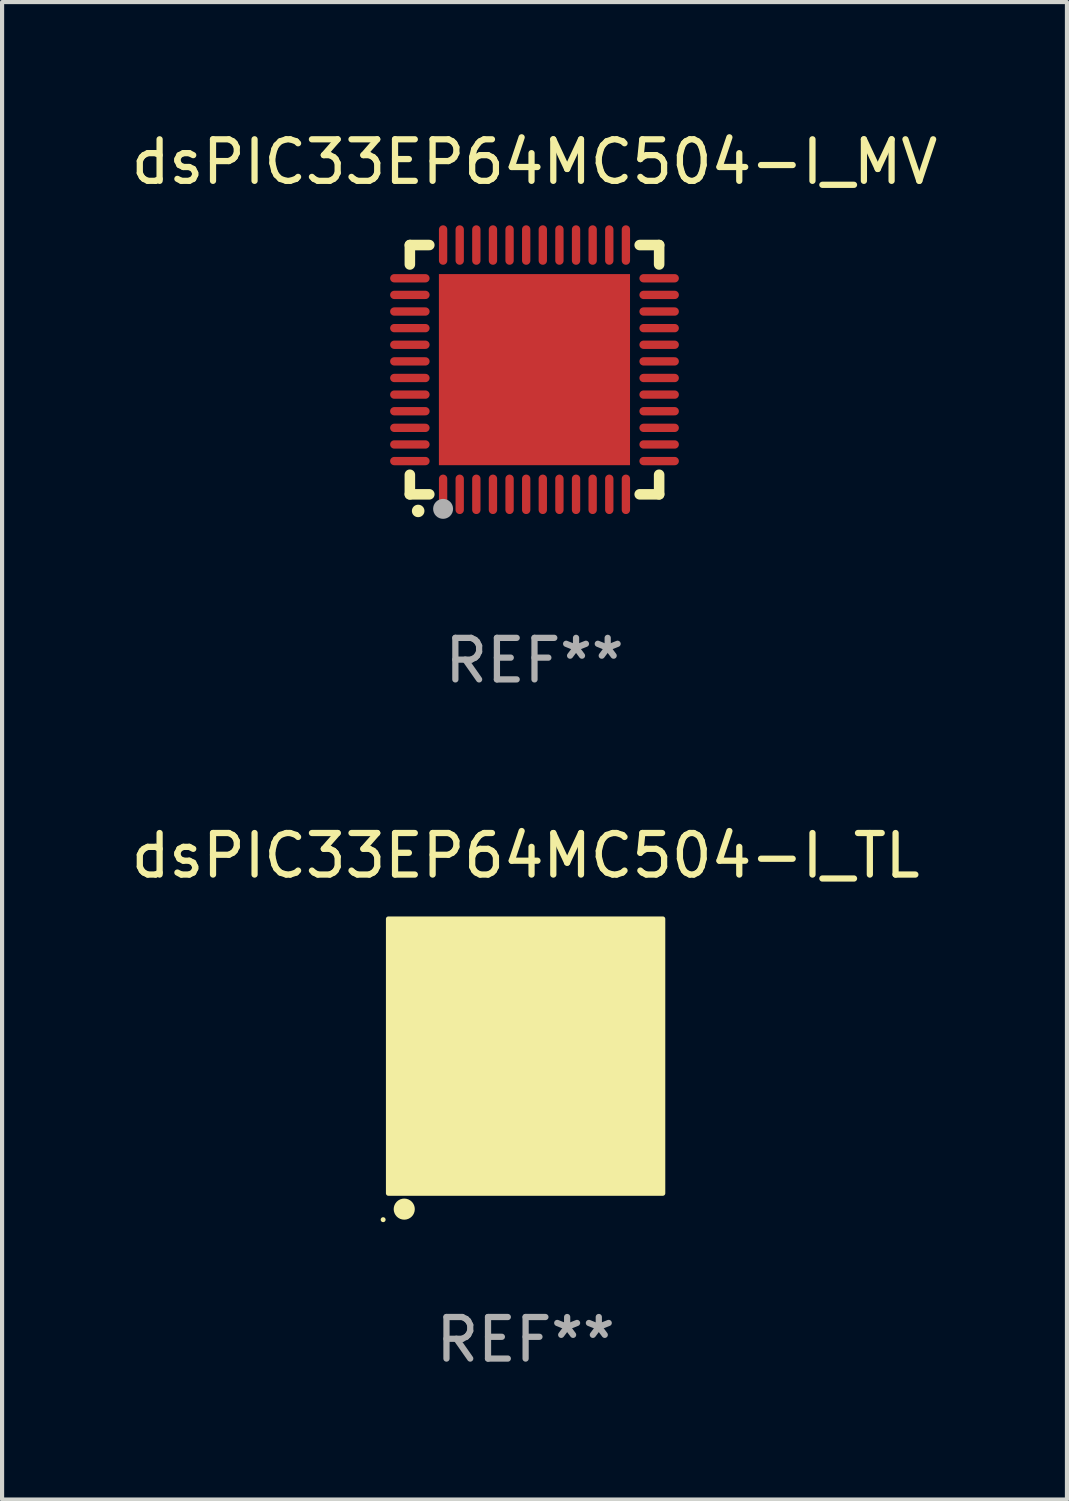
<source format=kicad_pcb>
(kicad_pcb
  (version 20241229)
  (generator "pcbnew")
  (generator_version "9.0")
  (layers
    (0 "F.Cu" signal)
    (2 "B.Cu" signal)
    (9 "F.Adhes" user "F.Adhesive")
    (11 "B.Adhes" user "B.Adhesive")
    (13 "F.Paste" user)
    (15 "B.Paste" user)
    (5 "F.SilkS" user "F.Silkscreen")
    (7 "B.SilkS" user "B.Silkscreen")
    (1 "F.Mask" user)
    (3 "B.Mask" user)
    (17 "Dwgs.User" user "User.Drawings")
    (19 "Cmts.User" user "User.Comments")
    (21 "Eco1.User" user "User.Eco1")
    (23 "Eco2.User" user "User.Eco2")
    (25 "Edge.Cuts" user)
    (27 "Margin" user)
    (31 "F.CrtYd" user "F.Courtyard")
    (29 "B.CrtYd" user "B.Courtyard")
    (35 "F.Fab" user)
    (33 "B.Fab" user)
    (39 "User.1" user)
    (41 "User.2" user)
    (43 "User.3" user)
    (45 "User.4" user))
  (footprint "dsPIC33EP64MC504-I_TL"
    (layer "F.Cu")
    (at 9.601 22.37)
    (property "Reference" "dsPIC33EP64MC504-I_TL" (at 0 -4.825 0) (layer "F.SilkS") (effects (font (size 1 1) (thickness 0.15))))
    (attr through_hole)
    (fp_circle (center -3.429 3.937) (end -3.399 3.937) (stroke (width 0.06) (type solid)) (fill no) (layer "F.SilkS"))
    (fp_circle (center -2.921 3.683) (end -2.794 3.683) (stroke (width 0.254) (type solid)) (fill no) (layer "F.SilkS"))
    (fp_poly (pts (xy -3.302 -3.302) (xy 3.302 -3.302) (xy 3.302 3.302) (xy -3.302 3.302)) (stroke (width 0.12) (type solid)) (fill yes) (layer "F.SilkS"))
    (fp_text user "REF**" (at 0 6.825 0) (layer "F.Fab") (effects (font (size 1 1) (thickness 0.15))))
    (pad "1" smd rect (at -2.25 2.825) (size 0.3 0.45) (layers "F.Cu" "F.Mask" "F.Paste"))
    (pad "2" smd rect (at -1.75 2.825) (size 0.3 0.45) (layers "F.Cu" "F.Mask" "F.Paste"))
    (pad "3" smd rect (at -1.25 2.825) (size 0.3 0.45) (layers "F.Cu" "F.Mask" "F.Paste"))
    (pad "4" smd rect (at -0.75 2.825) (size 0.3 0.45) (layers "F.Cu" "F.Mask" "F.Paste"))
    (pad "5" smd rect (at -0.25 2.825) (size 0.3 0.45) (layers "F.Cu" "F.Mask" "F.Paste"))
    (pad "6" smd rect (at 0.25 2.825) (size 0.3 0.45) (layers "F.Cu" "F.Mask" "F.Paste"))
    (pad "7" smd rect (at 0.75 2.825) (size 0.3 0.45) (layers "F.Cu" "F.Mask" "F.Paste"))
    (pad "8" smd rect (at 1.25 2.825) (size 0.3 0.45) (layers "F.Cu" "F.Mask" "F.Paste"))
    (pad "9" smd rect (at 1.75 2.825) (size 0.3 0.45) (layers "F.Cu" "F.Mask" "F.Paste"))
    (pad "10" smd rect (at 2.25 2.825) (size 0.3 0.45) (layers "F.Cu" "F.Mask" "F.Paste"))
    (pad "11" smd rect (at 2.825 2.825 90) (size 0.45 0.45) (layers "F.Cu" "F.Mask" "F.Paste"))
    (pad "12" smd rect (at 2.825 2.25 90) (size 0.3 0.45) (layers "F.Cu" "F.Mask" "F.Paste"))
    (pad "13" smd rect (at 2.825 1.75 90) (size 0.3 0.45) (layers "F.Cu" "F.Mask" "F.Paste"))
    (pad "14" smd rect (at 2.825 1.25 90) (size 0.3 0.45) (layers "F.Cu" "F.Mask" "F.Paste"))
    (pad "15" smd rect (at 2.825 0.75 90) (size 0.3 0.45) (layers "F.Cu" "F.Mask" "F.Paste"))
    (pad "16" smd rect (at 2.825 0.25 90) (size 0.3 0.45) (layers "F.Cu" "F.Mask" "F.Paste"))
    (pad "17" smd rect (at 2.825 -0.25 90) (size 0.3 0.45) (layers "F.Cu" "F.Mask" "F.Paste"))
    (pad "18" smd rect (at 2.825 -0.75 90) (size 0.3 0.45) (layers "F.Cu" "F.Mask" "F.Paste"))
    (pad "19" smd rect (at 2.825 -1.25 90) (size 0.3 0.45) (layers "F.Cu" "F.Mask" "F.Paste"))
    (pad "20" smd rect (at 2.825 -1.75 90) (size 0.3 0.45) (layers "F.Cu" "F.Mask" "F.Paste"))
    (pad "21" smd rect (at 2.825 -2.25 90) (size 0.3 0.45) (layers "F.Cu" "F.Mask" "F.Paste"))
    (pad "22" smd rect (at 2.825 -2.825 90) (size 0.45 0.45) (layers "F.Cu" "F.Mask" "F.Paste"))
    (pad "23" smd rect (at 2.25 -2.825) (size 0.3 0.45) (layers "F.Cu" "F.Mask" "F.Paste"))
    (pad "24" smd rect (at 1.75 -2.825) (size 0.3 0.45) (layers "F.Cu" "F.Mask" "F.Paste"))
    (pad "25" smd rect (at 1.25 -2.825) (size 0.3 0.45) (layers "F.Cu" "F.Mask" "F.Paste"))
    (pad "26" smd rect (at 0.75 -2.825) (size 0.3 0.45) (layers "F.Cu" "F.Mask" "F.Paste"))
    (pad "27" smd rect (at 0.25 -2.825) (size 0.3 0.45) (layers "F.Cu" "F.Mask" "F.Paste"))
    (pad "28" smd rect (at -0.25 -2.825) (size 0.3 0.45) (layers "F.Cu" "F.Mask" "F.Paste"))
    (pad "29" smd rect (at -0.75 -2.825) (size 0.3 0.45) (layers "F.Cu" "F.Mask" "F.Paste"))
    (pad "30" smd rect (at -1.25 -2.825) (size 0.3 0.45) (layers "F.Cu" "F.Mask" "F.Paste"))
    (pad "31" smd rect (at -1.75 -2.825) (size 0.3 0.45) (layers "F.Cu" "F.Mask" "F.Paste"))
    (pad "32" smd rect (at -2.25 -2.825) (size 0.3 0.45) (layers "F.Cu" "F.Mask" "F.Paste"))
    (pad "33" smd rect (at -2.825 -2.825 90) (size 0.45 0.45) (layers "F.Cu" "F.Mask" "F.Paste"))
    (pad "34" smd rect (at -2.825 -2.25 90) (size 0.3 0.45) (layers "F.Cu" "F.Mask" "F.Paste"))
    (pad "35" smd rect (at -2.825 -1.75 90) (size 0.3 0.45) (layers "F.Cu" "F.Mask" "F.Paste"))
    (pad "36" smd rect (at -2.825 -1.25 90) (size 0.3 0.45) (layers "F.Cu" "F.Mask" "F.Paste"))
    (pad "37" smd rect (at -2.825 -0.75 90) (size 0.3 0.45) (layers "F.Cu" "F.Mask" "F.Paste"))
    (pad "38" smd rect (at -2.825 -0.25 90) (size 0.3 0.45) (layers "F.Cu" "F.Mask" "F.Paste"))
    (pad "39" smd rect (at -2.825 0.25 90) (size 0.3 0.45) (layers "F.Cu" "F.Mask" "F.Paste"))
    (pad "40" smd rect (at -2.825 0.75 90) (size 0.3 0.45) (layers "F.Cu" "F.Mask" "F.Paste"))
    (pad "41" smd rect (at -2.825 1.25 90) (size 0.3 0.45) (layers "F.Cu" "F.Mask" "F.Paste"))
    (pad "42" smd rect (at -2.825 1.75 90) (size 0.3 0.45) (layers "F.Cu" "F.Mask" "F.Paste"))
    (pad "43" smd rect (at -2.825 2.25 90) (size 0.3 0.45) (layers "F.Cu" "F.Mask" "F.Paste"))
    (pad "44" smd rect (at -2.825 2.825 90) (size 0.45 0.45) (layers "F.Cu" "F.Mask" "F.Paste"))
    (pad "45" smd rect (at 0 0 90) (size 4.6 4.6) (layers "F.Cu" "F.Mask" "F.Paste")))
  (footprint "dsPIC33EP64MC504-I_MV"
    (layer "F.Cu")
    (at 9.815 5.848)
    (property "Reference" "dsPIC33EP64MC504-I_MV" (at 0 -5 0) (layer "F.SilkS") (effects (font (size 1 1) (thickness 0.15))))
    (attr through_hole)
    (fp_line (start -3 -3) (end -2.532 -3) (stroke (width 0.254) (type solid)) (layer "F.SilkS"))
    (fp_line (start -3 -2.532) (end -3 -3) (stroke (width 0.254) (type solid)) (layer "F.SilkS"))
    (fp_line (start -3 3) (end -3 2.529) (stroke (width 0.254) (type solid)) (layer "F.SilkS"))
    (fp_line (start -2.532 3) (end -3 3) (stroke (width 0.254) (type solid)) (layer "F.SilkS"))
    (fp_line (start 2.532 -3) (end 3 -3) (stroke (width 0.254) (type solid)) (layer "F.SilkS"))
    (fp_line (start 3 -3) (end 3 -2.532) (stroke (width 0.254) (type solid)) (layer "F.SilkS"))
    (fp_line (start 3 2.529) (end 3 3) (stroke (width 0.254) (type solid)) (layer "F.SilkS"))
    (fp_line (start 3 3) (end 2.532 3) (stroke (width 0.254) (type solid)) (layer "F.SilkS"))
    (fp_arc (start -2.801295 3.400025) (mid -2.800025 3.40002) (end -2.798755 3.400025) (stroke (width 0.3) (type solid)) (layer "F.SilkS"))
    (fp_circle (center -3 3) (end -2.97 3) (stroke (width 0.06) (type solid)) (fill no) (layer "F.SilkS"))
    (fp_circle (center -2.2 3.35) (end -2.08 3.35) (stroke (width 0.24) (type solid)) (fill no) (layer "F.Fab"))
    (fp_text user "REF**" (at 0 7 0) (layer "F.Fab") (effects (font (size 1 1) (thickness 0.15))))
    (pad "1" smd oval (at -2.2 3) (size 0.2 0.95) (layers "F.Cu" "F.Mask" "F.Paste"))
    (pad "2" smd oval (at -1.8 3) (size 0.2 0.95) (layers "F.Cu" "F.Mask" "F.Paste"))
    (pad "3" smd oval (at -1.4 3) (size 0.2 0.95) (layers "F.Cu" "F.Mask" "F.Paste"))
    (pad "4" smd oval (at -1 3) (size 0.2 0.95) (layers "F.Cu" "F.Mask" "F.Paste"))
    (pad "5" smd oval (at -0.6 3) (size 0.2 0.95) (layers "F.Cu" "F.Mask" "F.Paste"))
    (pad "6" smd oval (at -0.2 3) (size 0.2 0.95) (layers "F.Cu" "F.Mask" "F.Paste"))
    (pad "7" smd oval (at 0.2 3) (size 0.2 0.95) (layers "F.Cu" "F.Mask" "F.Paste"))
    (pad "8" smd oval (at 0.6 3) (size 0.2 0.95) (layers "F.Cu" "F.Mask" "F.Paste"))
    (pad "9" smd oval (at 1 3) (size 0.2 0.95) (layers "F.Cu" "F.Mask" "F.Paste"))
    (pad "10" smd oval (at 1.4 3) (size 0.2 0.95) (layers "F.Cu" "F.Mask" "F.Paste"))
    (pad "11" smd oval (at 1.8 3) (size 0.2 0.95) (layers "F.Cu" "F.Mask" "F.Paste"))
    (pad "12" smd oval (at 2.2 3) (size 0.2 0.95) (layers "F.Cu" "F.Mask" "F.Paste"))
    (pad "13" smd oval (at 3 2.2 90) (size 0.2 0.95) (layers "F.Cu" "F.Mask" "F.Paste"))
    (pad "14" smd oval (at 3 1.8 90) (size 0.2 0.95) (layers "F.Cu" "F.Mask" "F.Paste"))
    (pad "15" smd oval (at 3 1.4 90) (size 0.2 0.95) (layers "F.Cu" "F.Mask" "F.Paste"))
    (pad "16" smd oval (at 3 1 90) (size 0.2 0.95) (layers "F.Cu" "F.Mask" "F.Paste"))
    (pad "17" smd oval (at 3 0.6 90) (size 0.2 0.95) (layers "F.Cu" "F.Mask" "F.Paste"))
    (pad "18" smd oval (at 3 0.2 90) (size 0.2 0.95) (layers "F.Cu" "F.Mask" "F.Paste"))
    (pad "19" smd oval (at 3 -0.2 90) (size 0.2 0.95) (layers "F.Cu" "F.Mask" "F.Paste"))
    (pad "20" smd oval (at 3 -0.6 90) (size 0.2 0.95) (layers "F.Cu" "F.Mask" "F.Paste"))
    (pad "21" smd oval (at 3 -1 90) (size 0.2 0.95) (layers "F.Cu" "F.Mask" "F.Paste"))
    (pad "22" smd oval (at 3 -1.4 90) (size 0.2 0.95) (layers "F.Cu" "F.Mask" "F.Paste"))
    (pad "23" smd oval (at 3 -1.8 90) (size 0.2 0.95) (layers "F.Cu" "F.Mask" "F.Paste"))
    (pad "24" smd oval (at 3 -2.2 90) (size 0.2 0.95) (layers "F.Cu" "F.Mask" "F.Paste"))
    (pad "25" smd oval (at 2.2 -3 180) (size 0.2 0.95) (layers "F.Cu" "F.Mask" "F.Paste"))
    (pad "26" smd oval (at 1.8 -3 180) (size 0.2 0.95) (layers "F.Cu" "F.Mask" "F.Paste"))
    (pad "27" smd oval (at 1.4 -3 180) (size 0.2 0.95) (layers "F.Cu" "F.Mask" "F.Paste"))
    (pad "28" smd oval (at 1 -3 180) (size 0.2 0.95) (layers "F.Cu" "F.Mask" "F.Paste"))
    (pad "29" smd oval (at 0.6 -3 180) (size 0.2 0.95) (layers "F.Cu" "F.Mask" "F.Paste"))
    (pad "30" smd oval (at 0.2 -3 180) (size 0.2 0.95) (layers "F.Cu" "F.Mask" "F.Paste"))
    (pad "31" smd oval (at -0.2 -3 180) (size 0.2 0.95) (layers "F.Cu" "F.Mask" "F.Paste"))
    (pad "32" smd oval (at -0.6 -3 180) (size 0.2 0.95) (layers "F.Cu" "F.Mask" "F.Paste"))
    (pad "33" smd oval (at -1 -3 180) (size 0.2 0.95) (layers "F.Cu" "F.Mask" "F.Paste"))
    (pad "34" smd oval (at -1.4 -3 180) (size 0.2 0.95) (layers "F.Cu" "F.Mask" "F.Paste"))
    (pad "35" smd oval (at -1.8 -3 180) (size 0.2 0.95) (layers "F.Cu" "F.Mask" "F.Paste"))
    (pad "36" smd oval (at -2.2 -3 180) (size 0.2 0.95) (layers "F.Cu" "F.Mask" "F.Paste"))
    (pad "37" smd oval (at -3 -2.2 270) (size 0.2 0.95) (layers "F.Cu" "F.Mask" "F.Paste"))
    (pad "38" smd oval (at -3 -1.8 270) (size 0.2 0.95) (layers "F.Cu" "F.Mask" "F.Paste"))
    (pad "39" smd oval (at -3 -1.4 270) (size 0.2 0.95) (layers "F.Cu" "F.Mask" "F.Paste"))
    (pad "40" smd oval (at -3 -1 270) (size 0.2 0.95) (layers "F.Cu" "F.Mask" "F.Paste"))
    (pad "41" smd oval (at -3 -0.6 270) (size 0.2 0.95) (layers "F.Cu" "F.Mask" "F.Paste"))
    (pad "42" smd oval (at -3 -0.2 270) (size 0.2 0.95) (layers "F.Cu" "F.Mask" "F.Paste"))
    (pad "43" smd oval (at -3 0.2 270) (size 0.2 0.95) (layers "F.Cu" "F.Mask" "F.Paste"))
    (pad "44" smd oval (at -3 0.6 270) (size 0.2 0.95) (layers "F.Cu" "F.Mask" "F.Paste"))
    (pad "45" smd oval (at -3 1 270) (size 0.2 0.95) (layers "F.Cu" "F.Mask" "F.Paste"))
    (pad "46" smd oval (at -3 1.4 270) (size 0.2 0.95) (layers "F.Cu" "F.Mask" "F.Paste"))
    (pad "47" smd oval (at -3 1.8 270) (size 0.2 0.95) (layers "F.Cu" "F.Mask" "F.Paste"))
    (pad "48" smd oval (at -3 2.2 270) (size 0.2 0.95) (layers "F.Cu" "F.Mask" "F.Paste"))
    (pad "49" smd rect (at -0.001 -0.001 180) (size 4.6 4.6) (layers "F.Cu" "F.Mask" "F.Paste")))
  (gr_rect
    (start -3 -3)
    (end 22.631 33.043)
    (stroke (width 0.1) (type default))
    (fill no)
    (layer "Edge.Cuts")))
</source>
